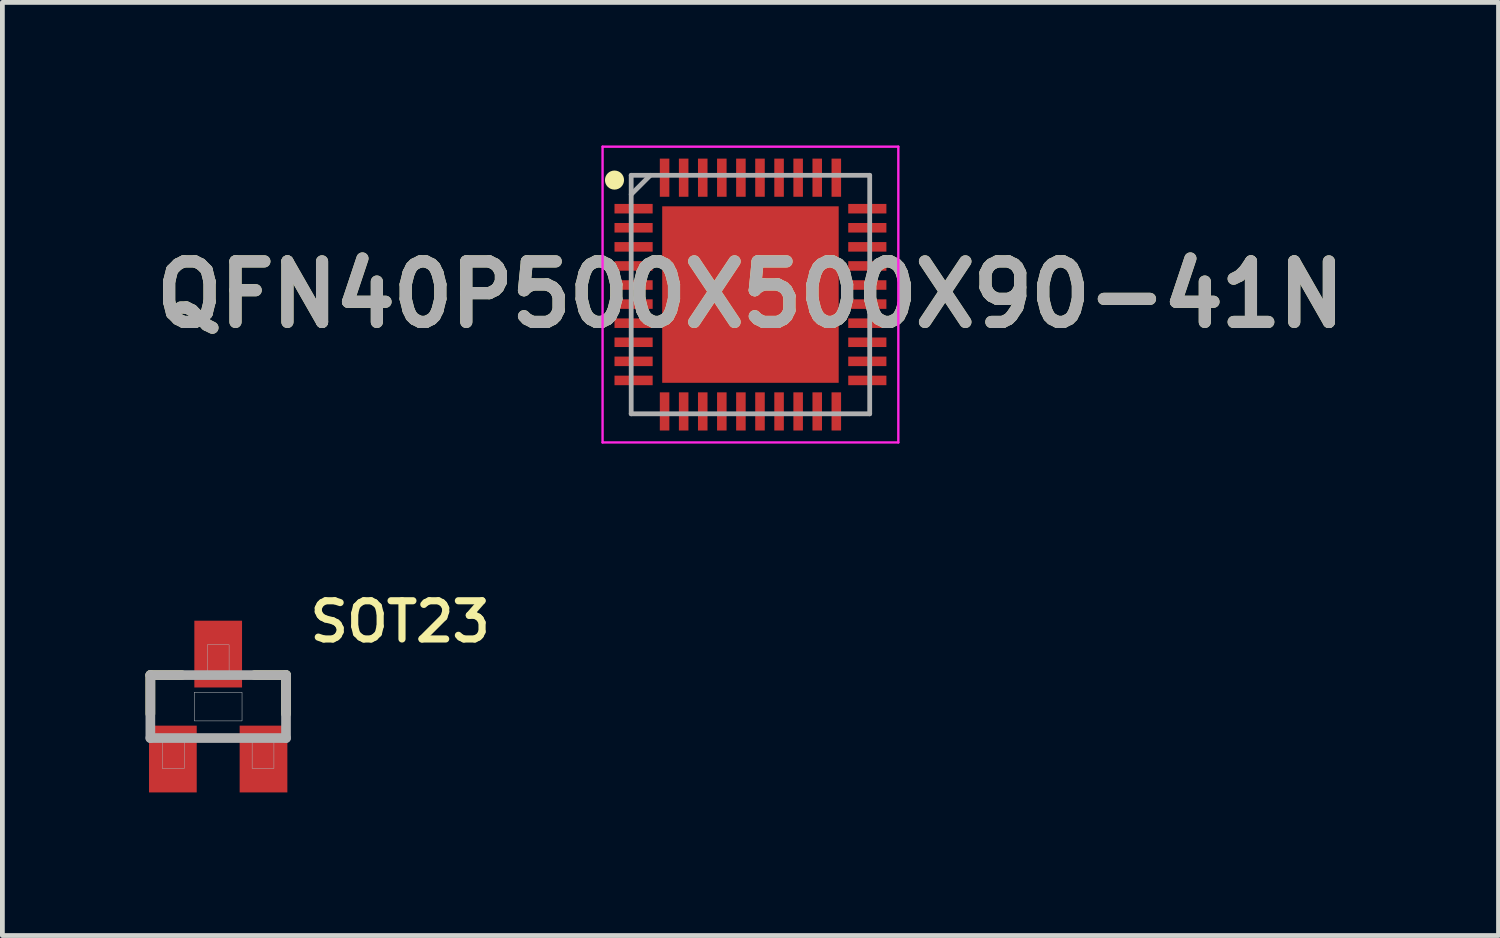
<source format=kicad_pcb>
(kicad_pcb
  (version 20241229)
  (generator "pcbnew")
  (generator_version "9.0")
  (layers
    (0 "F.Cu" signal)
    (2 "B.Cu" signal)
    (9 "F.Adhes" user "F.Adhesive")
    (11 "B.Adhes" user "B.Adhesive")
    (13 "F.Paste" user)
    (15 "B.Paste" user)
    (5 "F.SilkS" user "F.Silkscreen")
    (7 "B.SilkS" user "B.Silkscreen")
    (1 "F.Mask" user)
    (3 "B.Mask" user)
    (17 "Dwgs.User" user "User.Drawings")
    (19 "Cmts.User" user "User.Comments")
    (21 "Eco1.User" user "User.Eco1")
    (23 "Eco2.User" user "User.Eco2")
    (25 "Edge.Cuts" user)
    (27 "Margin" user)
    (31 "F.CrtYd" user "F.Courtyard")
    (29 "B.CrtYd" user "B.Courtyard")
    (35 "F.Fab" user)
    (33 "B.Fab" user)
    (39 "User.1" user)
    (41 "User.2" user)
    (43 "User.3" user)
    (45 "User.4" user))
  (footprint "QFN40P500X500X90-41N"
    (layer "F.Cu")
    (at 12.682 3.125)
    (property "Reference" "QFN40P500X500X90-41N" (at 0 0 0) (layer "F.SilkS") (effects (font (size 1.27 1.27) (thickness 0.254))))
    (attr smd)
    (fp_circle (center -2.85 -2.4) (end -2.85 -2.3) (stroke (width 0.2) (type solid)) (fill no) (layer "F.SilkS"))
    (fp_line (start -3.1 -3.1) (end 3.1 -3.1) (stroke (width 0.05) (type solid)) (layer "F.CrtYd"))
    (fp_line (start -3.1 3.1) (end -3.1 -3.1) (stroke (width 0.05) (type solid)) (layer "F.CrtYd"))
    (fp_line (start 3.1 -3.1) (end 3.1 3.1) (stroke (width 0.05) (type solid)) (layer "F.CrtYd"))
    (fp_line (start 3.1 3.1) (end -3.1 3.1) (stroke (width 0.05) (type solid)) (layer "F.CrtYd"))
    (fp_line (start -2.5 -2.5) (end 2.5 -2.5) (stroke (width 0.1) (type solid)) (layer "F.Fab"))
    (fp_line (start -2.5 -2.1) (end -2.1 -2.5) (stroke (width 0.1) (type solid)) (layer "F.Fab"))
    (fp_line (start -2.5 2.5) (end -2.5 -2.5) (stroke (width 0.1) (type solid)) (layer "F.Fab"))
    (fp_line (start 2.5 -2.5) (end 2.5 2.5) (stroke (width 0.1) (type solid)) (layer "F.Fab"))
    (fp_line (start 2.5 2.5) (end -2.5 2.5) (stroke (width 0.1) (type solid)) (layer "F.Fab"))
    (fp_text user "${REFERENCE}" (at 0 0 0) (layer "F.Fab") (effects (font (size 1.27 1.27) (thickness 0.254))))
    (pad "1" smd rect (at -2.45 -1.8 90) (size 0.2 0.8) (layers "F.Cu" "F.Mask" "F.Paste"))
    (pad "2" smd rect (at -2.45 -1.4 90) (size 0.2 0.8) (layers "F.Cu" "F.Mask" "F.Paste"))
    (pad "3" smd rect (at -2.45 -1 90) (size 0.2 0.8) (layers "F.Cu" "F.Mask" "F.Paste"))
    (pad "4" smd rect (at -2.45 -0.6 90) (size 0.2 0.8) (layers "F.Cu" "F.Mask" "F.Paste"))
    (pad "5" smd rect (at -2.45 -0.2 90) (size 0.2 0.8) (layers "F.Cu" "F.Mask" "F.Paste"))
    (pad "6" smd rect (at -2.45 0.2 90) (size 0.2 0.8) (layers "F.Cu" "F.Mask" "F.Paste"))
    (pad "7" smd rect (at -2.45 0.6 90) (size 0.2 0.8) (layers "F.Cu" "F.Mask" "F.Paste"))
    (pad "8" smd rect (at -2.45 1 90) (size 0.2 0.8) (layers "F.Cu" "F.Mask" "F.Paste"))
    (pad "9" smd rect (at -2.45 1.4 90) (size 0.2 0.8) (layers "F.Cu" "F.Mask" "F.Paste"))
    (pad "10" smd rect (at -2.45 1.8 90) (size 0.2 0.8) (layers "F.Cu" "F.Mask" "F.Paste"))
    (pad "11" smd rect (at -1.8 2.45) (size 0.2 0.8) (layers "F.Cu" "F.Mask" "F.Paste"))
    (pad "12" smd rect (at -1.4 2.45) (size 0.2 0.8) (layers "F.Cu" "F.Mask" "F.Paste"))
    (pad "13" smd rect (at -1 2.45) (size 0.2 0.8) (layers "F.Cu" "F.Mask" "F.Paste"))
    (pad "14" smd rect (at -0.6 2.45) (size 0.2 0.8) (layers "F.Cu" "F.Mask" "F.Paste"))
    (pad "15" smd rect (at -0.2 2.45) (size 0.2 0.8) (layers "F.Cu" "F.Mask" "F.Paste"))
    (pad "16" smd rect (at 0.2 2.45) (size 0.2 0.8) (layers "F.Cu" "F.Mask" "F.Paste"))
    (pad "17" smd rect (at 0.6 2.45) (size 0.2 0.8) (layers "F.Cu" "F.Mask" "F.Paste"))
    (pad "18" smd rect (at 1 2.45) (size 0.2 0.8) (layers "F.Cu" "F.Mask" "F.Paste"))
    (pad "19" smd rect (at 1.4 2.45) (size 0.2 0.8) (layers "F.Cu" "F.Mask" "F.Paste"))
    (pad "20" smd rect (at 1.8 2.45) (size 0.2 0.8) (layers "F.Cu" "F.Mask" "F.Paste"))
    (pad "21" smd rect (at 2.45 1.8 90) (size 0.2 0.8) (layers "F.Cu" "F.Mask" "F.Paste"))
    (pad "22" smd rect (at 2.45 1.4 90) (size 0.2 0.8) (layers "F.Cu" "F.Mask" "F.Paste"))
    (pad "23" smd rect (at 2.45 1 90) (size 0.2 0.8) (layers "F.Cu" "F.Mask" "F.Paste"))
    (pad "24" smd rect (at 2.45 0.6 90) (size 0.2 0.8) (layers "F.Cu" "F.Mask" "F.Paste"))
    (pad "25" smd rect (at 2.45 0.2 90) (size 0.2 0.8) (layers "F.Cu" "F.Mask" "F.Paste"))
    (pad "26" smd rect (at 2.45 -0.2 90) (size 0.2 0.8) (layers "F.Cu" "F.Mask" "F.Paste"))
    (pad "27" smd rect (at 2.45 -0.6 90) (size 0.2 0.8) (layers "F.Cu" "F.Mask" "F.Paste"))
    (pad "28" smd rect (at 2.45 -1 90) (size 0.2 0.8) (layers "F.Cu" "F.Mask" "F.Paste"))
    (pad "29" smd rect (at 2.45 -1.4 90) (size 0.2 0.8) (layers "F.Cu" "F.Mask" "F.Paste"))
    (pad "30" smd rect (at 2.45 -1.8 90) (size 0.2 0.8) (layers "F.Cu" "F.Mask" "F.Paste"))
    (pad "31" smd rect (at 1.8 -2.45) (size 0.2 0.8) (layers "F.Cu" "F.Mask" "F.Paste"))
    (pad "32" smd rect (at 1.4 -2.45) (size 0.2 0.8) (layers "F.Cu" "F.Mask" "F.Paste"))
    (pad "33" smd rect (at 1 -2.45) (size 0.2 0.8) (layers "F.Cu" "F.Mask" "F.Paste"))
    (pad "34" smd rect (at 0.6 -2.45) (size 0.2 0.8) (layers "F.Cu" "F.Mask" "F.Paste"))
    (pad "35" smd rect (at 0.2 -2.45) (size 0.2 0.8) (layers "F.Cu" "F.Mask" "F.Paste"))
    (pad "36" smd rect (at -0.2 -2.45) (size 0.2 0.8) (layers "F.Cu" "F.Mask" "F.Paste"))
    (pad "37" smd rect (at -0.6 -2.45) (size 0.2 0.8) (layers "F.Cu" "F.Mask" "F.Paste"))
    (pad "38" smd rect (at -1 -2.45) (size 0.2 0.8) (layers "F.Cu" "F.Mask" "F.Paste"))
    (pad "39" smd rect (at -1.4 -2.45) (size 0.2 0.8) (layers "F.Cu" "F.Mask" "F.Paste"))
    (pad "40" smd rect (at -1.8 -2.45) (size 0.2 0.8) (layers "F.Cu" "F.Mask" "F.Paste"))
    (pad "41" smd rect (at 0 0) (size 3.7 3.7) (layers "F.Cu" "F.Mask" "F.Paste")))
  (footprint "SOT23"
    (layer "F.Cu")
    (at 1.524 11.762)
    (property "Reference" "SOT23" (at 3.815 -1.78 0) (layer "F.SilkS") (effects (font (size 0.801 0.801) (thickness 0.15))))
    (attr smd)
    (fp_line (start -1.422 -0.66) (end -0.764 -0.66) (stroke (width 0.203) (type solid)) (layer "F.SilkS"))
    (fp_line (start -1.422 0.152) (end -1.422 -0.66) (stroke (width 0.203) (type solid)) (layer "F.SilkS"))
    (fp_line (start 0.764 -0.66) (end 1.422 -0.66) (stroke (width 0.203) (type solid)) (layer "F.SilkS"))
    (fp_line (start 1.422 -0.66) (end 1.422 0.152) (stroke (width 0.203) (type solid)) (layer "F.SilkS"))
    (fp_poly (pts (xy -0.501 -0.3) (xy 0.5 -0.3) (xy 0.5 0.3) (xy -0.501 0.3)) (stroke (width 0.01) (type solid)) (fill no) (layer "Dwgs.User"))
    (fp_line (start -1.422 -0.66) (end 1.422 -0.66) (stroke (width 0.203) (type solid)) (layer "F.Fab"))
    (fp_line (start -1.422 0.66) (end -1.422 -0.66) (stroke (width 0.203) (type solid)) (layer "F.Fab"))
    (fp_line (start 1.422 -0.66) (end 1.422 0.66) (stroke (width 0.203) (type solid)) (layer "F.Fab"))
    (fp_line (start 1.422 0.66) (end -1.422 0.66) (stroke (width 0.203) (type solid)) (layer "F.Fab"))
    (fp_poly (pts (xy -1.171 0.711) (xy -0.711 0.711) (xy -0.711 1.298) (xy -1.171 1.298)) (stroke (width 0.01) (type solid)) (fill no) (layer "F.Fab"))
    (fp_poly (pts (xy -0.229 -1.295) (xy 0.229 -1.295) (xy 0.229 -0.712) (xy -0.229 -0.712)) (stroke (width 0.01) (type solid)) (fill no) (layer "F.Fab"))
    (fp_poly (pts (xy 0.712 0.711) (xy 1.168 0.711) (xy 1.168 1.297) (xy 0.712 1.297)) (stroke (width 0.01) (type solid)) (fill no) (layer "F.Fab"))
    (pad "1" smd rect (at -0.95 1.1) (size 1 1.4) (layers "F.Cu" "F.Mask" "F.Paste"))
    (pad "2" smd rect (at 0.95 1.1) (size 1 1.4) (layers "F.Cu" "F.Mask" "F.Paste"))
    (pad "3" smd rect (at 0 -1.1) (size 1 1.4) (layers "F.Cu" "F.Mask" "F.Paste")))
  (gr_rect
    (start -3 -3)
    (end 28.364 16.562)
    (stroke (width 0.1) (type default))
    (fill no)
    (layer "Edge.Cuts")))
</source>
